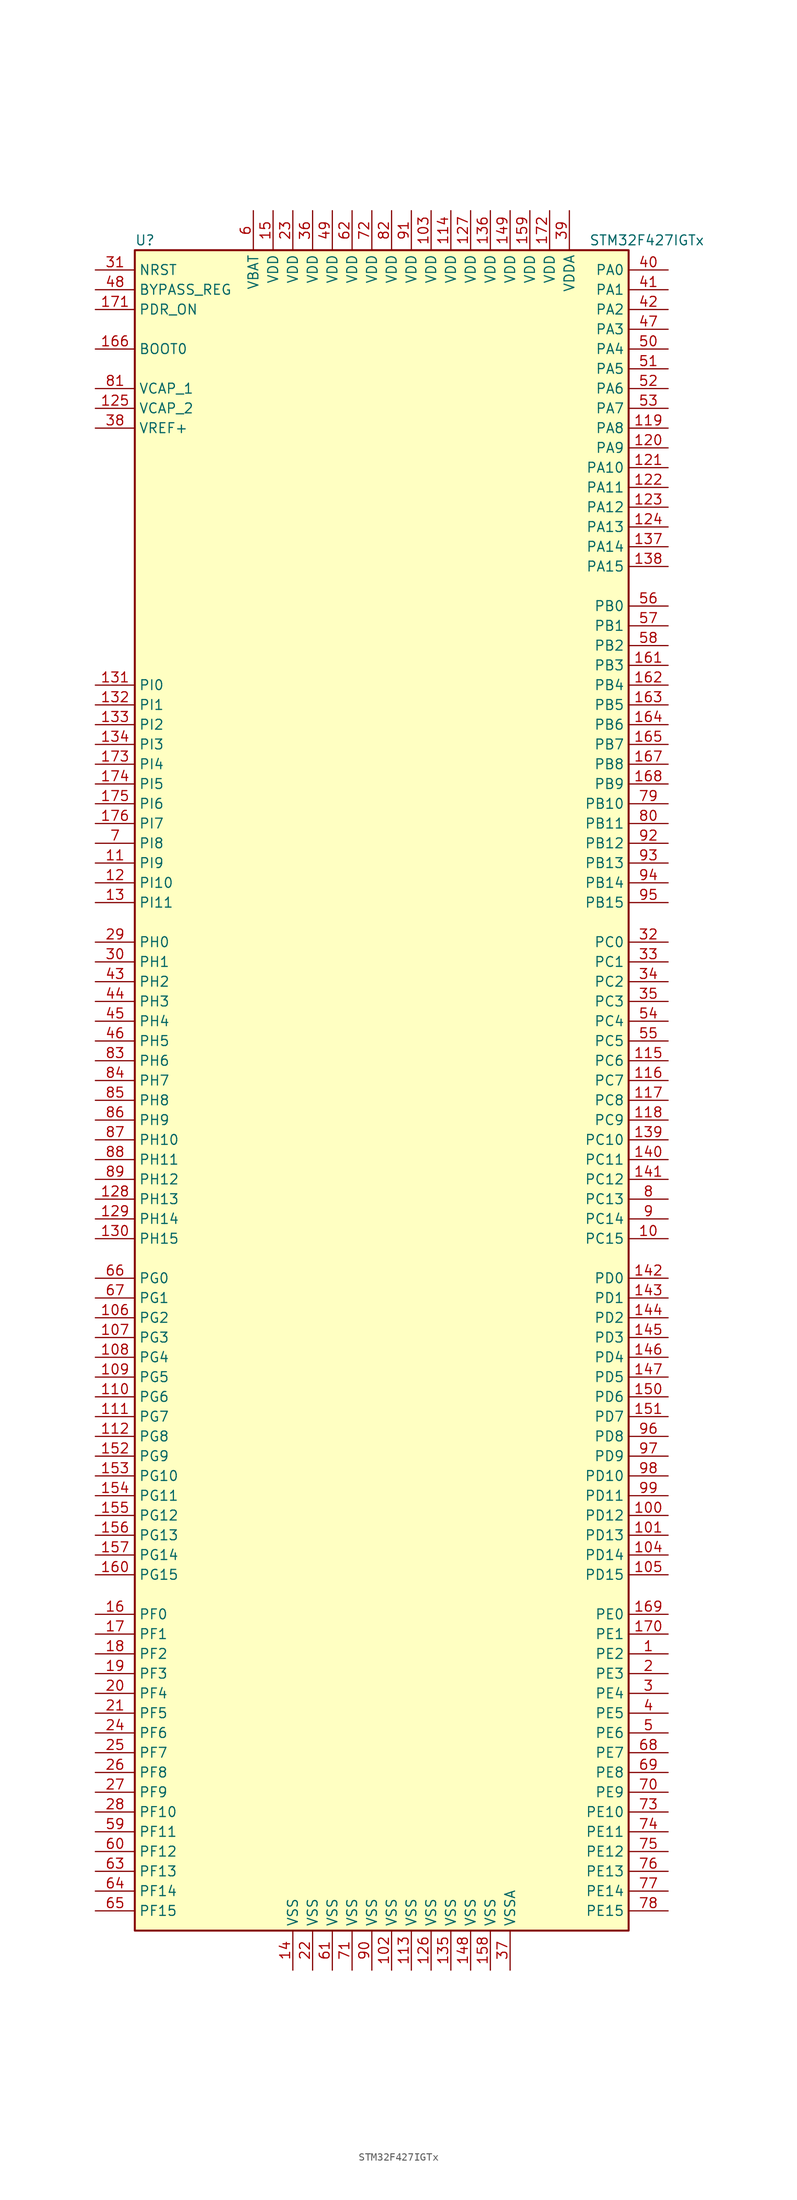
<source format=kicad_sym>
(kicad_symbol_lib
  (version 20220914)
  (generator kicad_symbol_editor)
  (symbol "STM32F427IGTx"
    (property "Reference" "U"
      (at -33.02 107.95 0)
      (effects (font (size 1.27 1.27)) (justify left)))
    (property "Value" "STM32F427IGTx"
      (at 25.4 107.95 0)
      (effects (font (size 1.27 1.27)) (justify left)))
    (symbol "STM32F427IGTx_0_1"
      (rectangle (start -33.02 -109.22) (end 30.48 106.68) (stroke (width 0.254) (type default)) (fill (type background))))
    (symbol "STM32F427IGTx_1_1"
      (pin bidirectional line (at 35.56 -73.66 180) (length 5.08) (name "PE2" (effects (font (size 1.27 1.27)))) (number "1" (effects (font (size 1.27 1.27)))))
      (pin bidirectional line (at 35.56 -20.32 180) (length 5.08) (name "PC15" (effects (font (size 1.27 1.27)))) (number "10" (effects (font (size 1.27 1.27)))))
      (pin bidirectional line (at 35.56 -55.88 180) (length 5.08) (name "PD12" (effects (font (size 1.27 1.27)))) (number "100" (effects (font (size 1.27 1.27)))))
      (pin bidirectional line (at 35.56 -58.42 180) (length 5.08) (name "PD13" (effects (font (size 1.27 1.27)))) (number "101" (effects (font (size 1.27 1.27)))))
      (pin power_in line (at 0 -114.3 90) (length 5.08) (name "VSS" (effects (font (size 1.27 1.27)))) (number "102" (effects (font (size 1.27 1.27)))))
      (pin power_in line (at 5.08 111.76 270) (length 5.08) (name "VDD" (effects (font (size 1.27 1.27)))) (number "103" (effects (font (size 1.27 1.27)))))
      (pin bidirectional line (at 35.56 -60.96 180) (length 5.08) (name "PD14" (effects (font (size 1.27 1.27)))) (number "104" (effects (font (size 1.27 1.27)))))
      (pin bidirectional line (at 35.56 -63.5 180) (length 5.08) (name "PD15" (effects (font (size 1.27 1.27)))) (number "105" (effects (font (size 1.27 1.27)))))
      (pin bidirectional line (at -38.1 -30.48 0) (length 5.08) (name "PG2" (effects (font (size 1.27 1.27)))) (number "106" (effects (font (size 1.27 1.27)))))
      (pin bidirectional line (at -38.1 -33.02 0) (length 5.08) (name "PG3" (effects (font (size 1.27 1.27)))) (number "107" (effects (font (size 1.27 1.27)))))
      (pin bidirectional line (at -38.1 -35.56 0) (length 5.08) (name "PG4" (effects (font (size 1.27 1.27)))) (number "108" (effects (font (size 1.27 1.27)))))
      (pin bidirectional line (at -38.1 -38.1 0) (length 5.08) (name "PG5" (effects (font (size 1.27 1.27)))) (number "109" (effects (font (size 1.27 1.27)))))
      (pin bidirectional line (at -38.1 27.94 0) (length 5.08) (name "PI9" (effects (font (size 1.27 1.27)))) (number "11" (effects (font (size 1.27 1.27)))))
      (pin bidirectional line (at -38.1 -40.64 0) (length 5.08) (name "PG6" (effects (font (size 1.27 1.27)))) (number "110" (effects (font (size 1.27 1.27)))))
      (pin bidirectional line (at -38.1 -43.18 0) (length 5.08) (name "PG7" (effects (font (size 1.27 1.27)))) (number "111" (effects (font (size 1.27 1.27)))))
      (pin bidirectional line (at -38.1 -45.72 0) (length 5.08) (name "PG8" (effects (font (size 1.27 1.27)))) (number "112" (effects (font (size 1.27 1.27)))))
      (pin power_in line (at 2.54 -114.3 90) (length 5.08) (name "VSS" (effects (font (size 1.27 1.27)))) (number "113" (effects (font (size 1.27 1.27)))))
      (pin power_in line (at 7.62 111.76 270) (length 5.08) (name "VDD" (effects (font (size 1.27 1.27)))) (number "114" (effects (font (size 1.27 1.27)))))
      (pin bidirectional line (at 35.56 2.54 180) (length 5.08) (name "PC6" (effects (font (size 1.27 1.27)))) (number "115" (effects (font (size 1.27 1.27)))))
      (pin bidirectional line (at 35.56 0 180) (length 5.08) (name "PC7" (effects (font (size 1.27 1.27)))) (number "116" (effects (font (size 1.27 1.27)))))
      (pin bidirectional line (at 35.56 -2.54 180) (length 5.08) (name "PC8" (effects (font (size 1.27 1.27)))) (number "117" (effects (font (size 1.27 1.27)))))
      (pin bidirectional line (at 35.56 -5.08 180) (length 5.08) (name "PC9" (effects (font (size 1.27 1.27)))) (number "118" (effects (font (size 1.27 1.27)))))
      (pin bidirectional line (at 35.56 83.82 180) (length 5.08) (name "PA8" (effects (font (size 1.27 1.27)))) (number "119" (effects (font (size 1.27 1.27)))))
      (pin bidirectional line (at -38.1 25.4 0) (length 5.08) (name "PI10" (effects (font (size 1.27 1.27)))) (number "12" (effects (font (size 1.27 1.27)))))
      (pin bidirectional line (at 35.56 81.28 180) (length 5.08) (name "PA9" (effects (font (size 1.27 1.27)))) (number "120" (effects (font (size 1.27 1.27)))))
      (pin bidirectional line (at 35.56 78.74 180) (length 5.08) (name "PA10" (effects (font (size 1.27 1.27)))) (number "121" (effects (font (size 1.27 1.27)))))
      (pin bidirectional line (at 35.56 76.2 180) (length 5.08) (name "PA11" (effects (font (size 1.27 1.27)))) (number "122" (effects (font (size 1.27 1.27)))))
      (pin bidirectional line (at 35.56 73.66 180) (length 5.08) (name "PA12" (effects (font (size 1.27 1.27)))) (number "123" (effects (font (size 1.27 1.27)))))
      (pin bidirectional line (at 35.56 71.12 180) (length 5.08) (name "PA13" (effects (font (size 1.27 1.27)))) (number "124" (effects (font (size 1.27 1.27)))))
      (pin power_in line (at -38.1 86.36 0) (length 5.08) (name "VCAP_2" (effects (font (size 1.27 1.27)))) (number "125" (effects (font (size 1.27 1.27)))))
      (pin power_in line (at 5.08 -114.3 90) (length 5.08) (name "VSS" (effects (font (size 1.27 1.27)))) (number "126" (effects (font (size 1.27 1.27)))))
      (pin power_in line (at 10.16 111.76 270) (length 5.08) (name "VDD" (effects (font (size 1.27 1.27)))) (number "127" (effects (font (size 1.27 1.27)))))
      (pin bidirectional line (at -38.1 -15.24 0) (length 5.08) (name "PH13" (effects (font (size 1.27 1.27)))) (number "128" (effects (font (size 1.27 1.27)))))
      (pin bidirectional line (at -38.1 -17.78 0) (length 5.08) (name "PH14" (effects (font (size 1.27 1.27)))) (number "129" (effects (font (size 1.27 1.27)))))
      (pin bidirectional line (at -38.1 22.86 0) (length 5.08) (name "PI11" (effects (font (size 1.27 1.27)))) (number "13" (effects (font (size 1.27 1.27)))))
      (pin bidirectional line (at -38.1 -20.32 0) (length 5.08) (name "PH15" (effects (font (size 1.27 1.27)))) (number "130" (effects (font (size 1.27 1.27)))))
      (pin bidirectional line (at -38.1 50.8 0) (length 5.08) (name "PI0" (effects (font (size 1.27 1.27)))) (number "131" (effects (font (size 1.27 1.27)))))
      (pin bidirectional line (at -38.1 48.26 0) (length 5.08) (name "PI1" (effects (font (size 1.27 1.27)))) (number "132" (effects (font (size 1.27 1.27)))))
      (pin bidirectional line (at -38.1 45.72 0) (length 5.08) (name "PI2" (effects (font (size 1.27 1.27)))) (number "133" (effects (font (size 1.27 1.27)))))
      (pin bidirectional line (at -38.1 43.18 0) (length 5.08) (name "PI3" (effects (font (size 1.27 1.27)))) (number "134" (effects (font (size 1.27 1.27)))))
      (pin power_in line (at 7.62 -114.3 90) (length 5.08) (name "VSS" (effects (font (size 1.27 1.27)))) (number "135" (effects (font (size 1.27 1.27)))))
      (pin power_in line (at 12.7 111.76 270) (length 5.08) (name "VDD" (effects (font (size 1.27 1.27)))) (number "136" (effects (font (size 1.27 1.27)))))
      (pin bidirectional line (at 35.56 68.58 180) (length 5.08) (name "PA14" (effects (font (size 1.27 1.27)))) (number "137" (effects (font (size 1.27 1.27)))))
      (pin bidirectional line (at 35.56 66.04 180) (length 5.08) (name "PA15" (effects (font (size 1.27 1.27)))) (number "138" (effects (font (size 1.27 1.27)))))
      (pin bidirectional line (at 35.56 -7.62 180) (length 5.08) (name "PC10" (effects (font (size 1.27 1.27)))) (number "139" (effects (font (size 1.27 1.27)))))
      (pin power_in line (at -12.7 -114.3 90) (length 5.08) (name "VSS" (effects (font (size 1.27 1.27)))) (number "14" (effects (font (size 1.27 1.27)))))
      (pin bidirectional line (at 35.56 -10.16 180) (length 5.08) (name "PC11" (effects (font (size 1.27 1.27)))) (number "140" (effects (font (size 1.27 1.27)))))
      (pin bidirectional line (at 35.56 -12.7 180) (length 5.08) (name "PC12" (effects (font (size 1.27 1.27)))) (number "141" (effects (font (size 1.27 1.27)))))
      (pin bidirectional line (at 35.56 -25.4 180) (length 5.08) (name "PD0" (effects (font (size 1.27 1.27)))) (number "142" (effects (font (size 1.27 1.27)))))
      (pin bidirectional line (at 35.56 -27.94 180) (length 5.08) (name "PD1" (effects (font (size 1.27 1.27)))) (number "143" (effects (font (size 1.27 1.27)))))
      (pin bidirectional line (at 35.56 -30.48 180) (length 5.08) (name "PD2" (effects (font (size 1.27 1.27)))) (number "144" (effects (font (size 1.27 1.27)))))
      (pin bidirectional line (at 35.56 -33.02 180) (length 5.08) (name "PD3" (effects (font (size 1.27 1.27)))) (number "145" (effects (font (size 1.27 1.27)))))
      (pin bidirectional line (at 35.56 -35.56 180) (length 5.08) (name "PD4" (effects (font (size 1.27 1.27)))) (number "146" (effects (font (size 1.27 1.27)))))
      (pin bidirectional line (at 35.56 -38.1 180) (length 5.08) (name "PD5" (effects (font (size 1.27 1.27)))) (number "147" (effects (font (size 1.27 1.27)))))
      (pin power_in line (at 10.16 -114.3 90) (length 5.08) (name "VSS" (effects (font (size 1.27 1.27)))) (number "148" (effects (font (size 1.27 1.27)))))
      (pin power_in line (at 15.24 111.76 270) (length 5.08) (name "VDD" (effects (font (size 1.27 1.27)))) (number "149" (effects (font (size 1.27 1.27)))))
      (pin power_in line (at -15.24 111.76 270) (length 5.08) (name "VDD" (effects (font (size 1.27 1.27)))) (number "15" (effects (font (size 1.27 1.27)))))
      (pin bidirectional line (at 35.56 -40.64 180) (length 5.08) (name "PD6" (effects (font (size 1.27 1.27)))) (number "150" (effects (font (size 1.27 1.27)))))
      (pin bidirectional line (at 35.56 -43.18 180) (length 5.08) (name "PD7" (effects (font (size 1.27 1.27)))) (number "151" (effects (font (size 1.27 1.27)))))
      (pin bidirectional line (at -38.1 -48.26 0) (length 5.08) (name "PG9" (effects (font (size 1.27 1.27)))) (number "152" (effects (font (size 1.27 1.27)))))
      (pin bidirectional line (at -38.1 -50.8 0) (length 5.08) (name "PG10" (effects (font (size 1.27 1.27)))) (number "153" (effects (font (size 1.27 1.27)))))
      (pin bidirectional line (at -38.1 -53.34 0) (length 5.08) (name "PG11" (effects (font (size 1.27 1.27)))) (number "154" (effects (font (size 1.27 1.27)))))
      (pin bidirectional line (at -38.1 -55.88 0) (length 5.08) (name "PG12" (effects (font (size 1.27 1.27)))) (number "155" (effects (font (size 1.27 1.27)))))
      (pin bidirectional line (at -38.1 -58.42 0) (length 5.08) (name "PG13" (effects (font (size 1.27 1.27)))) (number "156" (effects (font (size 1.27 1.27)))))
      (pin bidirectional line (at -38.1 -60.96 0) (length 5.08) (name "PG14" (effects (font (size 1.27 1.27)))) (number "157" (effects (font (size 1.27 1.27)))))
      (pin power_in line (at 12.7 -114.3 90) (length 5.08) (name "VSS" (effects (font (size 1.27 1.27)))) (number "158" (effects (font (size 1.27 1.27)))))
      (pin power_in line (at 17.78 111.76 270) (length 5.08) (name "VDD" (effects (font (size 1.27 1.27)))) (number "159" (effects (font (size 1.27 1.27)))))
      (pin bidirectional line (at -38.1 -68.58 0) (length 5.08) (name "PF0" (effects (font (size 1.27 1.27)))) (number "16" (effects (font (size 1.27 1.27)))))
      (pin bidirectional line (at -38.1 -63.5 0) (length 5.08) (name "PG15" (effects (font (size 1.27 1.27)))) (number "160" (effects (font (size 1.27 1.27)))))
      (pin bidirectional line (at 35.56 53.34 180) (length 5.08) (name "PB3" (effects (font (size 1.27 1.27)))) (number "161" (effects (font (size 1.27 1.27)))))
      (pin bidirectional line (at 35.56 50.8 180) (length 5.08) (name "PB4" (effects (font (size 1.27 1.27)))) (number "162" (effects (font (size 1.27 1.27)))))
      (pin bidirectional line (at 35.56 48.26 180) (length 5.08) (name "PB5" (effects (font (size 1.27 1.27)))) (number "163" (effects (font (size 1.27 1.27)))))
      (pin bidirectional line (at 35.56 45.72 180) (length 5.08) (name "PB6" (effects (font (size 1.27 1.27)))) (number "164" (effects (font (size 1.27 1.27)))))
      (pin bidirectional line (at 35.56 43.18 180) (length 5.08) (name "PB7" (effects (font (size 1.27 1.27)))) (number "165" (effects (font (size 1.27 1.27)))))
      (pin input line (at -38.1 93.98 0) (length 5.08) (name "BOOT0" (effects (font (size 1.27 1.27)))) (number "166" (effects (font (size 1.27 1.27)))))
      (pin bidirectional line (at 35.56 40.64 180) (length 5.08) (name "PB8" (effects (font (size 1.27 1.27)))) (number "167" (effects (font (size 1.27 1.27)))))
      (pin bidirectional line (at 35.56 38.1 180) (length 5.08) (name "PB9" (effects (font (size 1.27 1.27)))) (number "168" (effects (font (size 1.27 1.27)))))
      (pin bidirectional line (at 35.56 -68.58 180) (length 5.08) (name "PE0" (effects (font (size 1.27 1.27)))) (number "169" (effects (font (size 1.27 1.27)))))
      (pin bidirectional line (at -38.1 -71.12 0) (length 5.08) (name "PF1" (effects (font (size 1.27 1.27)))) (number "17" (effects (font (size 1.27 1.27)))))
      (pin bidirectional line (at 35.56 -71.12 180) (length 5.08) (name "PE1" (effects (font (size 1.27 1.27)))) (number "170" (effects (font (size 1.27 1.27)))))
      (pin input line (at -38.1 99.06 0) (length 5.08) (name "PDR_ON" (effects (font (size 1.27 1.27)))) (number "171" (effects (font (size 1.27 1.27)))))
      (pin power_in line (at 20.32 111.76 270) (length 5.08) (name "VDD" (effects (font (size 1.27 1.27)))) (number "172" (effects (font (size 1.27 1.27)))))
      (pin bidirectional line (at -38.1 40.64 0) (length 5.08) (name "PI4" (effects (font (size 1.27 1.27)))) (number "173" (effects (font (size 1.27 1.27)))))
      (pin bidirectional line (at -38.1 38.1 0) (length 5.08) (name "PI5" (effects (font (size 1.27 1.27)))) (number "174" (effects (font (size 1.27 1.27)))))
      (pin bidirectional line (at -38.1 35.56 0) (length 5.08) (name "PI6" (effects (font (size 1.27 1.27)))) (number "175" (effects (font (size 1.27 1.27)))))
      (pin bidirectional line (at -38.1 33.02 0) (length 5.08) (name "PI7" (effects (font (size 1.27 1.27)))) (number "176" (effects (font (size 1.27 1.27)))))
      (pin bidirectional line (at -38.1 -73.66 0) (length 5.08) (name "PF2" (effects (font (size 1.27 1.27)))) (number "18" (effects (font (size 1.27 1.27)))))
      (pin bidirectional line (at -38.1 -76.2 0) (length 5.08) (name "PF3" (effects (font (size 1.27 1.27)))) (number "19" (effects (font (size 1.27 1.27)))))
      (pin bidirectional line (at 35.56 -76.2 180) (length 5.08) (name "PE3" (effects (font (size 1.27 1.27)))) (number "2" (effects (font (size 1.27 1.27)))))
      (pin bidirectional line (at -38.1 -78.74 0) (length 5.08) (name "PF4" (effects (font (size 1.27 1.27)))) (number "20" (effects (font (size 1.27 1.27)))))
      (pin bidirectional line (at -38.1 -81.28 0) (length 5.08) (name "PF5" (effects (font (size 1.27 1.27)))) (number "21" (effects (font (size 1.27 1.27)))))
      (pin power_in line (at -10.16 -114.3 90) (length 5.08) (name "VSS" (effects (font (size 1.27 1.27)))) (number "22" (effects (font (size 1.27 1.27)))))
      (pin power_in line (at -12.7 111.76 270) (length 5.08) (name "VDD" (effects (font (size 1.27 1.27)))) (number "23" (effects (font (size 1.27 1.27)))))
      (pin bidirectional line (at -38.1 -83.82 0) (length 5.08) (name "PF6" (effects (font (size 1.27 1.27)))) (number "24" (effects (font (size 1.27 1.27)))))
      (pin bidirectional line (at -38.1 -86.36 0) (length 5.08) (name "PF7" (effects (font (size 1.27 1.27)))) (number "25" (effects (font (size 1.27 1.27)))))
      (pin bidirectional line (at -38.1 -88.9 0) (length 5.08) (name "PF8" (effects (font (size 1.27 1.27)))) (number "26" (effects (font (size 1.27 1.27)))))
      (pin bidirectional line (at -38.1 -91.44 0) (length 5.08) (name "PF9" (effects (font (size 1.27 1.27)))) (number "27" (effects (font (size 1.27 1.27)))))
      (pin bidirectional line (at -38.1 -93.98 0) (length 5.08) (name "PF10" (effects (font (size 1.27 1.27)))) (number "28" (effects (font (size 1.27 1.27)))))
      (pin input line (at -38.1 17.78 0) (length 5.08) (name "PH0" (effects (font (size 1.27 1.27)))) (number "29" (effects (font (size 1.27 1.27)))))
      (pin bidirectional line (at 35.56 -78.74 180) (length 5.08) (name "PE4" (effects (font (size 1.27 1.27)))) (number "3" (effects (font (size 1.27 1.27)))))
      (pin input line (at -38.1 15.24 0) (length 5.08) (name "PH1" (effects (font (size 1.27 1.27)))) (number "30" (effects (font (size 1.27 1.27)))))
      (pin input line (at -38.1 104.14 0) (length 5.08) (name "NRST" (effects (font (size 1.27 1.27)))) (number "31" (effects (font (size 1.27 1.27)))))
      (pin bidirectional line (at 35.56 17.78 180) (length 5.08) (name "PC0" (effects (font (size 1.27 1.27)))) (number "32" (effects (font (size 1.27 1.27)))))
      (pin bidirectional line (at 35.56 15.24 180) (length 5.08) (name "PC1" (effects (font (size 1.27 1.27)))) (number "33" (effects (font (size 1.27 1.27)))))
      (pin bidirectional line (at 35.56 12.7 180) (length 5.08) (name "PC2" (effects (font (size 1.27 1.27)))) (number "34" (effects (font (size 1.27 1.27)))))
      (pin bidirectional line (at 35.56 10.16 180) (length 5.08) (name "PC3" (effects (font (size 1.27 1.27)))) (number "35" (effects (font (size 1.27 1.27)))))
      (pin power_in line (at -10.16 111.76 270) (length 5.08) (name "VDD" (effects (font (size 1.27 1.27)))) (number "36" (effects (font (size 1.27 1.27)))))
      (pin power_in line (at 15.24 -114.3 90) (length 5.08) (name "VSSA" (effects (font (size 1.27 1.27)))) (number "37" (effects (font (size 1.27 1.27)))))
      (pin power_in line (at -38.1 83.82 0) (length 5.08) (name "VREF+" (effects (font (size 1.27 1.27)))) (number "38" (effects (font (size 1.27 1.27)))))
      (pin power_in line (at 22.86 111.76 270) (length 5.08) (name "VDDA" (effects (font (size 1.27 1.27)))) (number "39" (effects (font (size 1.27 1.27)))))
      (pin bidirectional line (at 35.56 -81.28 180) (length 5.08) (name "PE5" (effects (font (size 1.27 1.27)))) (number "4" (effects (font (size 1.27 1.27)))))
      (pin bidirectional line (at 35.56 104.14 180) (length 5.08) (name "PA0" (effects (font (size 1.27 1.27)))) (number "40" (effects (font (size 1.27 1.27)))))
      (pin bidirectional line (at 35.56 101.6 180) (length 5.08) (name "PA1" (effects (font (size 1.27 1.27)))) (number "41" (effects (font (size 1.27 1.27)))))
      (pin bidirectional line (at 35.56 99.06 180) (length 5.08) (name "PA2" (effects (font (size 1.27 1.27)))) (number "42" (effects (font (size 1.27 1.27)))))
      (pin bidirectional line (at -38.1 12.7 0) (length 5.08) (name "PH2" (effects (font (size 1.27 1.27)))) (number "43" (effects (font (size 1.27 1.27)))))
      (pin bidirectional line (at -38.1 10.16 0) (length 5.08) (name "PH3" (effects (font (size 1.27 1.27)))) (number "44" (effects (font (size 1.27 1.27)))))
      (pin bidirectional line (at -38.1 7.62 0) (length 5.08) (name "PH4" (effects (font (size 1.27 1.27)))) (number "45" (effects (font (size 1.27 1.27)))))
      (pin bidirectional line (at -38.1 5.08 0) (length 5.08) (name "PH5" (effects (font (size 1.27 1.27)))) (number "46" (effects (font (size 1.27 1.27)))))
      (pin bidirectional line (at 35.56 96.52 180) (length 5.08) (name "PA3" (effects (font (size 1.27 1.27)))) (number "47" (effects (font (size 1.27 1.27)))))
      (pin input line (at -38.1 101.6 0) (length 5.08) (name "BYPASS_REG" (effects (font (size 1.27 1.27)))) (number "48" (effects (font (size 1.27 1.27)))))
      (pin power_in line (at -7.62 111.76 270) (length 5.08) (name "VDD" (effects (font (size 1.27 1.27)))) (number "49" (effects (font (size 1.27 1.27)))))
      (pin bidirectional line (at 35.56 -83.82 180) (length 5.08) (name "PE6" (effects (font (size 1.27 1.27)))) (number "5" (effects (font (size 1.27 1.27)))))
      (pin bidirectional line (at 35.56 93.98 180) (length 5.08) (name "PA4" (effects (font (size 1.27 1.27)))) (number "50" (effects (font (size 1.27 1.27)))))
      (pin bidirectional line (at 35.56 91.44 180) (length 5.08) (name "PA5" (effects (font (size 1.27 1.27)))) (number "51" (effects (font (size 1.27 1.27)))))
      (pin bidirectional line (at 35.56 88.9 180) (length 5.08) (name "PA6" (effects (font (size 1.27 1.27)))) (number "52" (effects (font (size 1.27 1.27)))))
      (pin bidirectional line (at 35.56 86.36 180) (length 5.08) (name "PA7" (effects (font (size 1.27 1.27)))) (number "53" (effects (font (size 1.27 1.27)))))
      (pin bidirectional line (at 35.56 7.62 180) (length 5.08) (name "PC4" (effects (font (size 1.27 1.27)))) (number "54" (effects (font (size 1.27 1.27)))))
      (pin bidirectional line (at 35.56 5.08 180) (length 5.08) (name "PC5" (effects (font (size 1.27 1.27)))) (number "55" (effects (font (size 1.27 1.27)))))
      (pin bidirectional line (at 35.56 60.96 180) (length 5.08) (name "PB0" (effects (font (size 1.27 1.27)))) (number "56" (effects (font (size 1.27 1.27)))))
      (pin bidirectional line (at 35.56 58.42 180) (length 5.08) (name "PB1" (effects (font (size 1.27 1.27)))) (number "57" (effects (font (size 1.27 1.27)))))
      (pin bidirectional line (at 35.56 55.88 180) (length 5.08) (name "PB2" (effects (font (size 1.27 1.27)))) (number "58" (effects (font (size 1.27 1.27)))))
      (pin bidirectional line (at -38.1 -96.52 0) (length 5.08) (name "PF11" (effects (font (size 1.27 1.27)))) (number "59" (effects (font (size 1.27 1.27)))))
      (pin power_in line (at -17.78 111.76 270) (length 5.08) (name "VBAT" (effects (font (size 1.27 1.27)))) (number "6" (effects (font (size 1.27 1.27)))))
      (pin bidirectional line (at -38.1 -99.06 0) (length 5.08) (name "PF12" (effects (font (size 1.27 1.27)))) (number "60" (effects (font (size 1.27 1.27)))))
      (pin power_in line (at -7.62 -114.3 90) (length 5.08) (name "VSS" (effects (font (size 1.27 1.27)))) (number "61" (effects (font (size 1.27 1.27)))))
      (pin power_in line (at -5.08 111.76 270) (length 5.08) (name "VDD" (effects (font (size 1.27 1.27)))) (number "62" (effects (font (size 1.27 1.27)))))
      (pin bidirectional line (at -38.1 -101.6 0) (length 5.08) (name "PF13" (effects (font (size 1.27 1.27)))) (number "63" (effects (font (size 1.27 1.27)))))
      (pin bidirectional line (at -38.1 -104.14 0) (length 5.08) (name "PF14" (effects (font (size 1.27 1.27)))) (number "64" (effects (font (size 1.27 1.27)))))
      (pin bidirectional line (at -38.1 -106.68 0) (length 5.08) (name "PF15" (effects (font (size 1.27 1.27)))) (number "65" (effects (font (size 1.27 1.27)))))
      (pin bidirectional line (at -38.1 -25.4 0) (length 5.08) (name "PG0" (effects (font (size 1.27 1.27)))) (number "66" (effects (font (size 1.27 1.27)))))
      (pin bidirectional line (at -38.1 -27.94 0) (length 5.08) (name "PG1" (effects (font (size 1.27 1.27)))) (number "67" (effects (font (size 1.27 1.27)))))
      (pin bidirectional line (at 35.56 -86.36 180) (length 5.08) (name "PE7" (effects (font (size 1.27 1.27)))) (number "68" (effects (font (size 1.27 1.27)))))
      (pin bidirectional line (at 35.56 -88.9 180) (length 5.08) (name "PE8" (effects (font (size 1.27 1.27)))) (number "69" (effects (font (size 1.27 1.27)))))
      (pin bidirectional line (at -38.1 30.48 0) (length 5.08) (name "PI8" (effects (font (size 1.27 1.27)))) (number "7" (effects (font (size 1.27 1.27)))))
      (pin bidirectional line (at 35.56 -91.44 180) (length 5.08) (name "PE9" (effects (font (size 1.27 1.27)))) (number "70" (effects (font (size 1.27 1.27)))))
      (pin power_in line (at -5.08 -114.3 90) (length 5.08) (name "VSS" (effects (font (size 1.27 1.27)))) (number "71" (effects (font (size 1.27 1.27)))))
      (pin power_in line (at -2.54 111.76 270) (length 5.08) (name "VDD" (effects (font (size 1.27 1.27)))) (number "72" (effects (font (size 1.27 1.27)))))
      (pin bidirectional line (at 35.56 -93.98 180) (length 5.08) (name "PE10" (effects (font (size 1.27 1.27)))) (number "73" (effects (font (size 1.27 1.27)))))
      (pin bidirectional line (at 35.56 -96.52 180) (length 5.08) (name "PE11" (effects (font (size 1.27 1.27)))) (number "74" (effects (font (size 1.27 1.27)))))
      (pin bidirectional line (at 35.56 -99.06 180) (length 5.08) (name "PE12" (effects (font (size 1.27 1.27)))) (number "75" (effects (font (size 1.27 1.27)))))
      (pin bidirectional line (at 35.56 -101.6 180) (length 5.08) (name "PE13" (effects (font (size 1.27 1.27)))) (number "76" (effects (font (size 1.27 1.27)))))
      (pin bidirectional line (at 35.56 -104.14 180) (length 5.08) (name "PE14" (effects (font (size 1.27 1.27)))) (number "77" (effects (font (size 1.27 1.27)))))
      (pin bidirectional line (at 35.56 -106.68 180) (length 5.08) (name "PE15" (effects (font (size 1.27 1.27)))) (number "78" (effects (font (size 1.27 1.27)))))
      (pin bidirectional line (at 35.56 35.56 180) (length 5.08) (name "PB10" (effects (font (size 1.27 1.27)))) (number "79" (effects (font (size 1.27 1.27)))))
      (pin bidirectional line (at 35.56 -15.24 180) (length 5.08) (name "PC13" (effects (font (size 1.27 1.27)))) (number "8" (effects (font (size 1.27 1.27)))))
      (pin bidirectional line (at 35.56 33.02 180) (length 5.08) (name "PB11" (effects (font (size 1.27 1.27)))) (number "80" (effects (font (size 1.27 1.27)))))
      (pin power_in line (at -38.1 88.9 0) (length 5.08) (name "VCAP_1" (effects (font (size 1.27 1.27)))) (number "81" (effects (font (size 1.27 1.27)))))
      (pin power_in line (at 0 111.76 270) (length 5.08) (name "VDD" (effects (font (size 1.27 1.27)))) (number "82" (effects (font (size 1.27 1.27)))))
      (pin bidirectional line (at -38.1 2.54 0) (length 5.08) (name "PH6" (effects (font (size 1.27 1.27)))) (number "83" (effects (font (size 1.27 1.27)))))
      (pin bidirectional line (at -38.1 0 0) (length 5.08) (name "PH7" (effects (font (size 1.27 1.27)))) (number "84" (effects (font (size 1.27 1.27)))))
      (pin bidirectional line (at -38.1 -2.54 0) (length 5.08) (name "PH8" (effects (font (size 1.27 1.27)))) (number "85" (effects (font (size 1.27 1.27)))))
      (pin bidirectional line (at -38.1 -5.08 0) (length 5.08) (name "PH9" (effects (font (size 1.27 1.27)))) (number "86" (effects (font (size 1.27 1.27)))))
      (pin bidirectional line (at -38.1 -7.62 0) (length 5.08) (name "PH10" (effects (font (size 1.27 1.27)))) (number "87" (effects (font (size 1.27 1.27)))))
      (pin bidirectional line (at -38.1 -10.16 0) (length 5.08) (name "PH11" (effects (font (size 1.27 1.27)))) (number "88" (effects (font (size 1.27 1.27)))))
      (pin bidirectional line (at -38.1 -12.7 0) (length 5.08) (name "PH12" (effects (font (size 1.27 1.27)))) (number "89" (effects (font (size 1.27 1.27)))))
      (pin bidirectional line (at 35.56 -17.78 180) (length 5.08) (name "PC14" (effects (font (size 1.27 1.27)))) (number "9" (effects (font (size 1.27 1.27)))))
      (pin power_in line (at -2.54 -114.3 90) (length 5.08) (name "VSS" (effects (font (size 1.27 1.27)))) (number "90" (effects (font (size 1.27 1.27)))))
      (pin power_in line (at 2.54 111.76 270) (length 5.08) (name "VDD" (effects (font (size 1.27 1.27)))) (number "91" (effects (font (size 1.27 1.27)))))
      (pin bidirectional line (at 35.56 30.48 180) (length 5.08) (name "PB12" (effects (font (size 1.27 1.27)))) (number "92" (effects (font (size 1.27 1.27)))))
      (pin bidirectional line (at 35.56 27.94 180) (length 5.08) (name "PB13" (effects (font (size 1.27 1.27)))) (number "93" (effects (font (size 1.27 1.27)))))
      (pin bidirectional line (at 35.56 25.4 180) (length 5.08) (name "PB14" (effects (font (size 1.27 1.27)))) (number "94" (effects (font (size 1.27 1.27)))))
      (pin bidirectional line (at 35.56 22.86 180) (length 5.08) (name "PB15" (effects (font (size 1.27 1.27)))) (number "95" (effects (font (size 1.27 1.27)))))
      (pin bidirectional line (at 35.56 -45.72 180) (length 5.08) (name "PD8" (effects (font (size 1.27 1.27)))) (number "96" (effects (font (size 1.27 1.27)))))
      (pin bidirectional line (at 35.56 -48.26 180) (length 5.08) (name "PD9" (effects (font (size 1.27 1.27)))) (number "97" (effects (font (size 1.27 1.27)))))
      (pin bidirectional line (at 35.56 -50.8 180) (length 5.08) (name "PD10" (effects (font (size 1.27 1.27)))) (number "98" (effects (font (size 1.27 1.27)))))
      (pin bidirectional line (at 35.56 -53.34 180) (length 5.08) (name "PD11" (effects (font (size 1.27 1.27)))) (number "99" (effects (font (size 1.27 1.27))))))))
</source>
